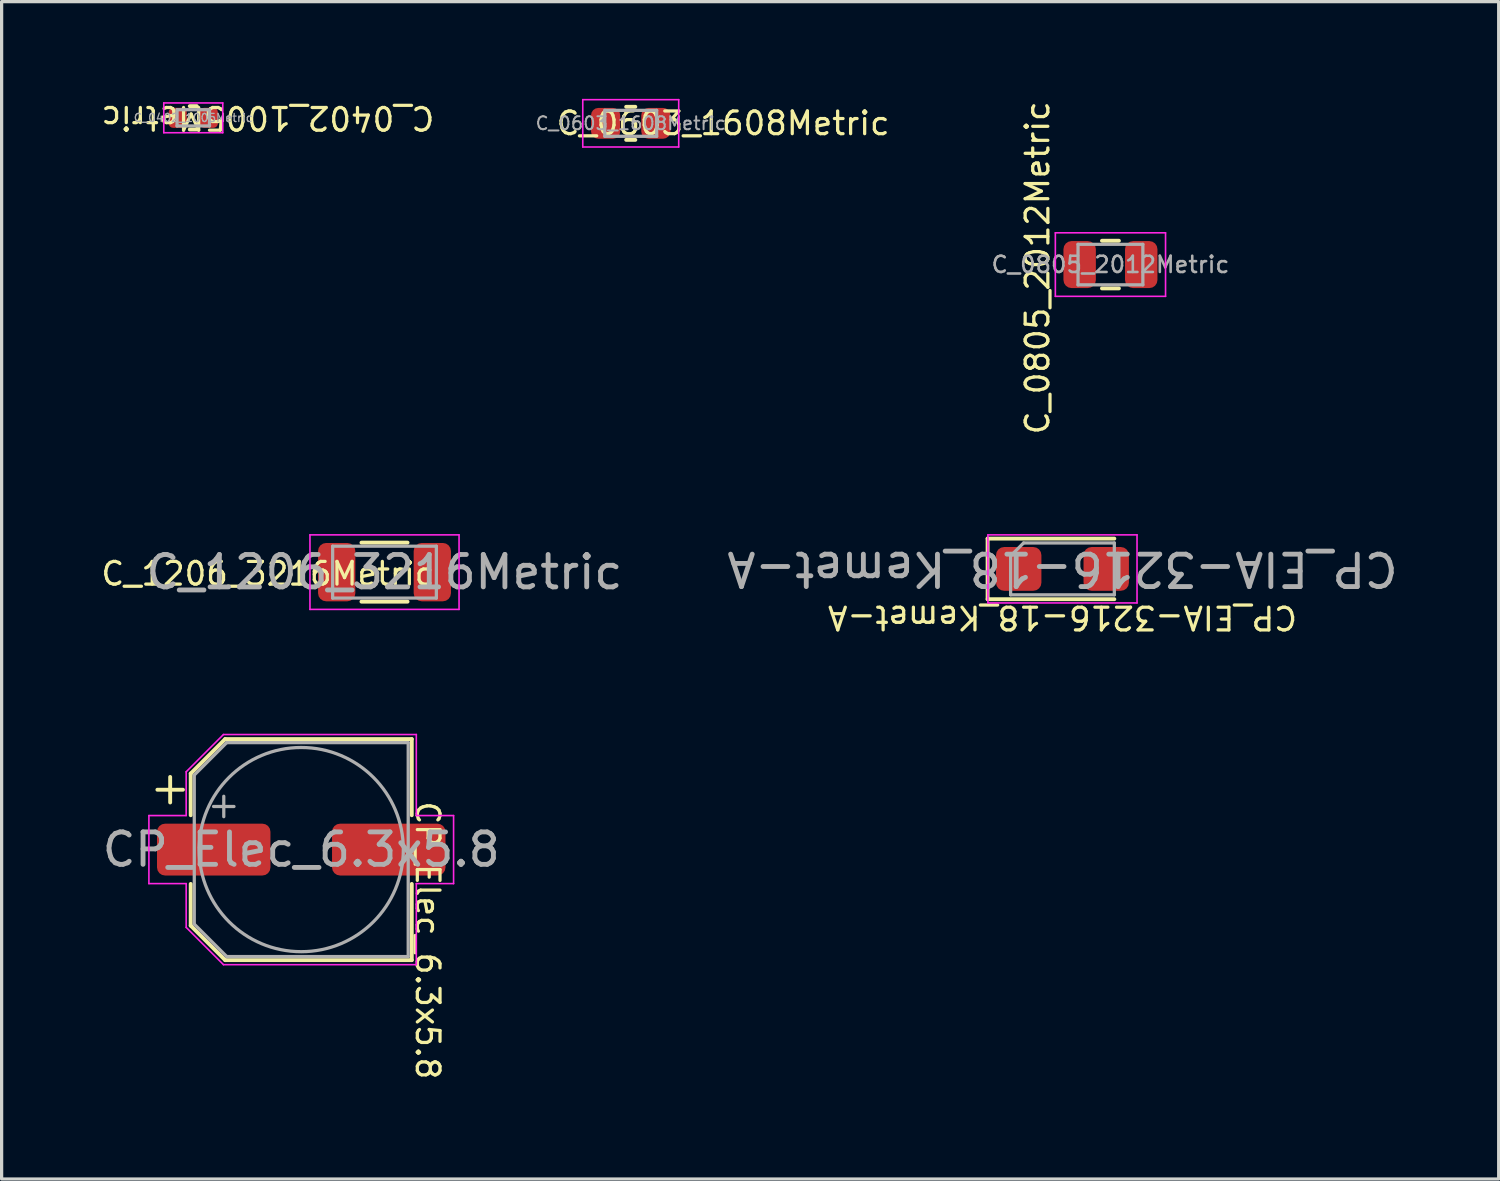
<source format=kicad_pcb>
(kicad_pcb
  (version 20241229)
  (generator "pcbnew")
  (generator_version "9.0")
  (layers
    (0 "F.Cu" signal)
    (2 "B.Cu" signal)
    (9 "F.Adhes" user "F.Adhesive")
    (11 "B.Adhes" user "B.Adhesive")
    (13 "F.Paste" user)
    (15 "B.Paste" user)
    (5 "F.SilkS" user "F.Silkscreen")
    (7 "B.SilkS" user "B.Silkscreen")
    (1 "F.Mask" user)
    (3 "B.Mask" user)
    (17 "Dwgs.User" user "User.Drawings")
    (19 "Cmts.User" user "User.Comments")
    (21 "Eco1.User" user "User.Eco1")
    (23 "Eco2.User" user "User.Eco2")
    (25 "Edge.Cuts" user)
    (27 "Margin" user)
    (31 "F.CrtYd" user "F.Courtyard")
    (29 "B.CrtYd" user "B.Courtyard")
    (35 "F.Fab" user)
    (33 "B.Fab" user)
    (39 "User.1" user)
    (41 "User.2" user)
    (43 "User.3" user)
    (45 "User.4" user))
  (footprint "C_1206_3216Metric"
    (layer "F.Cu")
    (at 8.813 14.602)
    (property "Reference" "C_1206_3216Metric" (at -3.6 0.05 0) (unlocked yes) (layer "F.SilkS") (effects (font (size 0.7 0.7) (thickness 0.1))))
    (attr smd)
    (fp_line (start -0.711 -0.91) (end 0.711 -0.91) (stroke (width 0.12) (type solid)) (layer "F.SilkS"))
    (fp_line (start -0.711 0.91) (end 0.711 0.91) (stroke (width 0.12) (type solid)) (layer "F.SilkS"))
    (fp_line (start -2.3 -1.15) (end 2.3 -1.15) (stroke (width 0.05) (type solid)) (layer "F.CrtYd"))
    (fp_line (start -2.3 1.15) (end -2.3 -1.15) (stroke (width 0.05) (type solid)) (layer "F.CrtYd"))
    (fp_line (start 2.3 -1.15) (end 2.3 1.15) (stroke (width 0.05) (type solid)) (layer "F.CrtYd"))
    (fp_line (start 2.3 1.15) (end -2.3 1.15) (stroke (width 0.05) (type solid)) (layer "F.CrtYd"))
    (fp_line (start -1.6 -0.8) (end 1.6 -0.8) (stroke (width 0.1) (type solid)) (layer "F.Fab"))
    (fp_line (start -1.6 0.8) (end -1.6 -0.8) (stroke (width 0.1) (type solid)) (layer "F.Fab"))
    (fp_line (start 1.6 -0.8) (end 1.6 0.8) (stroke (width 0.1) (type solid)) (layer "F.Fab"))
    (fp_line (start 1.6 0.8) (end -1.6 0.8) (stroke (width 0.1) (type solid)) (layer "F.Fab"))
    (fp_text user "${REFERENCE}" (at 0 0 0) (unlocked yes) (layer "F.Fab") (effects (font (size 1 1) (thickness 0.15))))
    (pad "1" smd roundrect (at -1.475 0) (size 1.15 1.8) (layers "F.Cu" "F.Mask" "F.Paste") (roundrect_rratio 0.217))
    (pad "2" smd roundrect (at 1.475 0) (size 1.15 1.8) (layers "F.Cu" "F.Mask" "F.Paste") (roundrect_rratio 0.217)))
  (footprint "C_0805_2012Metric"
    (layer "F.Cu")
    (at 31.21 5.113)
    (property "Reference" "C_0805_2012Metric" (at -2.25 0.1 90) (unlocked yes) (layer "F.SilkS") (effects (font (size 0.7 0.7) (thickness 0.1))))
    (attr smd)
    (fp_line (start -0.261 -0.735) (end 0.261 -0.735) (stroke (width 0.12) (type solid)) (layer "F.SilkS"))
    (fp_line (start -0.261 0.735) (end 0.261 0.735) (stroke (width 0.12) (type solid)) (layer "F.SilkS"))
    (fp_line (start -1.7 -0.98) (end 1.7 -0.98) (stroke (width 0.05) (type solid)) (layer "F.CrtYd"))
    (fp_line (start -1.7 0.98) (end -1.7 -0.98) (stroke (width 0.05) (type solid)) (layer "F.CrtYd"))
    (fp_line (start 1.7 -0.98) (end 1.7 0.98) (stroke (width 0.05) (type solid)) (layer "F.CrtYd"))
    (fp_line (start 1.7 0.98) (end -1.7 0.98) (stroke (width 0.05) (type solid)) (layer "F.CrtYd"))
    (fp_line (start -1 -0.625) (end 1 -0.625) (stroke (width 0.1) (type solid)) (layer "F.Fab"))
    (fp_line (start -1 0.625) (end -1 -0.625) (stroke (width 0.1) (type solid)) (layer "F.Fab"))
    (fp_line (start 1 -0.625) (end 1 0.625) (stroke (width 0.1) (type solid)) (layer "F.Fab"))
    (fp_line (start 1 0.625) (end -1 0.625) (stroke (width 0.1) (type solid)) (layer "F.Fab"))
    (fp_text user "${REFERENCE}" (at 0 0 0) (layer "F.Fab") (effects (font (size 0.5 0.5) (thickness 0.08))))
    (pad "1" smd roundrect (at -0.95 0) (size 1 1.45) (layers "F.Cu" "F.Mask" "F.Paste") (roundrect_rratio 0.25))
    (pad "2" smd roundrect (at 0.95 0) (size 1 1.45) (layers "F.Cu" "F.Mask" "F.Paste") (roundrect_rratio 0.25)))
  (footprint "CP_EIA-3216-18_Kemet-A"
    (layer "F.Cu")
    (at 29.73 14.502)
    (property "Reference" "CP_EIA-3216-18_Kemet-A" (at 0 1.5 180) (unlocked yes) (layer "F.SilkS") (effects (font (size 0.7 0.7) (thickness 0.1))))
    (attr smd)
    (fp_line (start -2.31 -0.935) (end -2.31 0.935) (stroke (width 0.12) (type solid)) (layer "F.SilkS"))
    (fp_line (start -2.31 0.935) (end 1.6 0.935) (stroke (width 0.12) (type solid)) (layer "F.SilkS"))
    (fp_line (start 1.6 -0.935) (end -2.31 -0.935) (stroke (width 0.12) (type solid)) (layer "F.SilkS"))
    (fp_line (start -2.3 -1.05) (end 2.3 -1.05) (stroke (width 0.05) (type solid)) (layer "F.CrtYd"))
    (fp_line (start -2.3 1.05) (end -2.3 -1.05) (stroke (width 0.05) (type solid)) (layer "F.CrtYd"))
    (fp_line (start 2.3 -1.05) (end 2.3 1.05) (stroke (width 0.05) (type solid)) (layer "F.CrtYd"))
    (fp_line (start 2.3 1.05) (end -2.3 1.05) (stroke (width 0.05) (type solid)) (layer "F.CrtYd"))
    (fp_line (start -1.6 -0.4) (end -1.6 0.8) (stroke (width 0.1) (type solid)) (layer "F.Fab"))
    (fp_line (start -1.6 0.8) (end 1.6 0.8) (stroke (width 0.1) (type solid)) (layer "F.Fab"))
    (fp_line (start -1.2 -0.8) (end -1.6 -0.4) (stroke (width 0.1) (type solid)) (layer "F.Fab"))
    (fp_line (start 1.6 -0.8) (end -1.2 -0.8) (stroke (width 0.1) (type solid)) (layer "F.Fab"))
    (fp_line (start 1.6 0.8) (end 1.6 -0.8) (stroke (width 0.1) (type solid)) (layer "F.Fab"))
    (fp_text user "${REFERENCE}" (at 0 0 180) (unlocked yes) (layer "F.Fab") (effects (font (size 1 1) (thickness 0.15))))
    (pad "1" smd roundrect (at -1.35 0) (size 1.4 1.35) (layers "F.Cu" "F.Mask" "F.Paste") (roundrect_rratio 0.185))
    (pad "2" smd roundrect (at 1.35 0) (size 1.4 1.35) (layers "F.Cu" "F.Mask" "F.Paste") (roundrect_rratio 0.185)))
  (footprint "CP_Elec_6.3x5.8"
    (layer "F.Cu")
    (at 6.244 23.162)
    (property "Reference" "CP_Elec_6.3x5.8" (at 3.9 2.8 270) (unlocked yes) (layer "F.SilkS") (effects (font (size 0.7 0.7) (thickness 0.1))))
    (attr smd)
    (fp_line (start -4.438 -1.847) (end -3.65 -1.847) (stroke (width 0.12) (type solid)) (layer "F.SilkS"))
    (fp_line (start -4.044 -2.241) (end -4.044 -1.454) (stroke (width 0.12) (type solid)) (layer "F.SilkS"))
    (fp_line (start -3.41 -2.346) (end -3.41 -1.06) (stroke (width 0.12) (type solid)) (layer "F.SilkS"))
    (fp_line (start -3.41 -2.346) (end -2.346 -3.41) (stroke (width 0.12) (type solid)) (layer "F.SilkS"))
    (fp_line (start -3.41 2.346) (end -3.41 1.06) (stroke (width 0.12) (type solid)) (layer "F.SilkS"))
    (fp_line (start -3.41 2.346) (end -2.346 3.41) (stroke (width 0.12) (type solid)) (layer "F.SilkS"))
    (fp_line (start -2.346 -3.41) (end 3.41 -3.41) (stroke (width 0.12) (type solid)) (layer "F.SilkS"))
    (fp_line (start -2.346 3.41) (end 3.41 3.41) (stroke (width 0.12) (type solid)) (layer "F.SilkS"))
    (fp_line (start 3.41 -3.41) (end 3.41 -1.06) (stroke (width 0.12) (type solid)) (layer "F.SilkS"))
    (fp_line (start 3.41 3.41) (end 3.41 1.06) (stroke (width 0.12) (type solid)) (layer "F.SilkS"))
    (fp_line (start -4.7 -1.05) (end -4.7 1.05) (stroke (width 0.05) (type solid)) (layer "F.CrtYd"))
    (fp_line (start -4.7 1.05) (end -3.55 1.05) (stroke (width 0.05) (type solid)) (layer "F.CrtYd"))
    (fp_line (start -3.55 -2.4) (end -3.55 -1.05) (stroke (width 0.05) (type solid)) (layer "F.CrtYd"))
    (fp_line (start -3.55 -2.4) (end -2.4 -3.55) (stroke (width 0.05) (type solid)) (layer "F.CrtYd"))
    (fp_line (start -3.55 -1.05) (end -4.7 -1.05) (stroke (width 0.05) (type solid)) (layer "F.CrtYd"))
    (fp_line (start -3.55 1.05) (end -3.55 2.4) (stroke (width 0.05) (type solid)) (layer "F.CrtYd"))
    (fp_line (start -3.55 2.4) (end -2.4 3.55) (stroke (width 0.05) (type solid)) (layer "F.CrtYd"))
    (fp_line (start -2.4 -3.55) (end 3.55 -3.55) (stroke (width 0.05) (type solid)) (layer "F.CrtYd"))
    (fp_line (start -2.4 3.55) (end 3.55 3.55) (stroke (width 0.05) (type solid)) (layer "F.CrtYd"))
    (fp_line (start 3.55 -3.55) (end 3.55 -1.05) (stroke (width 0.05) (type solid)) (layer "F.CrtYd"))
    (fp_line (start 3.55 -1.05) (end 4.7 -1.05) (stroke (width 0.05) (type solid)) (layer "F.CrtYd"))
    (fp_line (start 3.55 1.05) (end 3.55 3.55) (stroke (width 0.05) (type solid)) (layer "F.CrtYd"))
    (fp_line (start 4.7 -1.05) (end 4.7 1.05) (stroke (width 0.05) (type solid)) (layer "F.CrtYd"))
    (fp_line (start 4.7 1.05) (end 3.55 1.05) (stroke (width 0.05) (type solid)) (layer "F.CrtYd"))
    (fp_line (start -3.3 -2.3) (end -3.3 2.3) (stroke (width 0.1) (type solid)) (layer "F.Fab"))
    (fp_line (start -3.3 -2.3) (end -2.3 -3.3) (stroke (width 0.1) (type solid)) (layer "F.Fab"))
    (fp_line (start -3.3 2.3) (end -2.3 3.3) (stroke (width 0.1) (type solid)) (layer "F.Fab"))
    (fp_line (start -2.705 -1.33) (end -2.075 -1.33) (stroke (width 0.1) (type solid)) (layer "F.Fab"))
    (fp_line (start -2.39 -1.645) (end -2.39 -1.015) (stroke (width 0.1) (type solid)) (layer "F.Fab"))
    (fp_line (start -2.3 -3.3) (end 3.3 -3.3) (stroke (width 0.1) (type solid)) (layer "F.Fab"))
    (fp_line (start -2.3 3.3) (end 3.3 3.3) (stroke (width 0.1) (type solid)) (layer "F.Fab"))
    (fp_line (start 3.3 -3.3) (end 3.3 3.3) (stroke (width 0.1) (type solid)) (layer "F.Fab"))
    (fp_circle (center 0 0) (end 3.15 0) (stroke (width 0.1) (type solid)) (fill no) (layer "F.Fab"))
    (fp_text user "${REFERENCE}" (at 0 0 0) (unlocked yes) (layer "F.Fab") (effects (font (size 1 1) (thickness 0.15))))
    (pad "1" smd roundrect (at -2.7 0) (size 3.5 1.6) (layers "F.Cu" "F.Mask" "F.Paste") (roundrect_rratio 0.156))
    (pad "2" smd roundrect (at 2.7 0) (size 3.5 1.6) (layers "F.Cu" "F.Mask" "F.Paste") (roundrect_rratio 0.156)))
  (footprint "C_0402_1005Metric"
    (layer "F.Cu")
    (at 2.913 0.585)
    (property "Reference" "C_0402_1005Metric" (at 2.3 0 180) (unlocked yes) (layer "F.SilkS") (effects (font (size 0.7 0.7) (thickness 0.1))))
    (attr smd)
    (fp_line (start -0.108 -0.36) (end 0.108 -0.36) (stroke (width 0.12) (type solid)) (layer "F.SilkS"))
    (fp_line (start -0.108 0.36) (end 0.108 0.36) (stroke (width 0.12) (type solid)) (layer "F.SilkS"))
    (fp_line (start -0.91 -0.46) (end 0.91 -0.46) (stroke (width 0.05) (type solid)) (layer "F.CrtYd"))
    (fp_line (start -0.91 0.46) (end -0.91 -0.46) (stroke (width 0.05) (type solid)) (layer "F.CrtYd"))
    (fp_line (start 0.91 -0.46) (end 0.91 0.46) (stroke (width 0.05) (type solid)) (layer "F.CrtYd"))
    (fp_line (start 0.91 0.46) (end -0.91 0.46) (stroke (width 0.05) (type solid)) (layer "F.CrtYd"))
    (fp_line (start -0.5 -0.25) (end 0.5 -0.25) (stroke (width 0.1) (type solid)) (layer "F.Fab"))
    (fp_line (start -0.5 0.25) (end -0.5 -0.25) (stroke (width 0.1) (type solid)) (layer "F.Fab"))
    (fp_line (start 0.5 -0.25) (end 0.5 0.25) (stroke (width 0.1) (type solid)) (layer "F.Fab"))
    (fp_line (start 0.5 0.25) (end -0.5 0.25) (stroke (width 0.1) (type solid)) (layer "F.Fab"))
    (fp_text user "${REFERENCE}" (at 0 0 180) (layer "F.Fab") (effects (font (size 0.25 0.25) (thickness 0.04))))
    (pad "1" smd roundrect (at -0.48 0) (size 0.56 0.62) (layers "F.Cu" "F.Mask" "F.Paste") (roundrect_rratio 0.25))
    (pad "2" smd roundrect (at 0.48 0) (size 0.56 0.62) (layers "F.Cu" "F.Mask" "F.Paste") (roundrect_rratio 0.25)))
  (footprint "C_0603_1608Metric"
    (layer "F.Cu")
    (at 16.41 0.755)
    (property "Reference" "C_0603_1608Metric" (at 2.85 0 0) (unlocked yes) (layer "F.SilkS") (effects (font (size 0.7 0.7) (thickness 0.1))))
    (attr smd)
    (fp_line (start -0.141 -0.51) (end 0.141 -0.51) (stroke (width 0.12) (type solid)) (layer "F.SilkS"))
    (fp_line (start -0.141 0.51) (end 0.141 0.51) (stroke (width 0.12) (type solid)) (layer "F.SilkS"))
    (fp_line (start -1.48 -0.73) (end 1.48 -0.73) (stroke (width 0.05) (type solid)) (layer "F.CrtYd"))
    (fp_line (start -1.48 0.73) (end -1.48 -0.73) (stroke (width 0.05) (type solid)) (layer "F.CrtYd"))
    (fp_line (start 1.48 -0.73) (end 1.48 0.73) (stroke (width 0.05) (type solid)) (layer "F.CrtYd"))
    (fp_line (start 1.48 0.73) (end -1.48 0.73) (stroke (width 0.05) (type solid)) (layer "F.CrtYd"))
    (fp_line (start -0.8 -0.4) (end 0.8 -0.4) (stroke (width 0.1) (type solid)) (layer "F.Fab"))
    (fp_line (start -0.8 0.4) (end -0.8 -0.4) (stroke (width 0.1) (type solid)) (layer "F.Fab"))
    (fp_line (start 0.8 -0.4) (end 0.8 0.4) (stroke (width 0.1) (type solid)) (layer "F.Fab"))
    (fp_line (start 0.8 0.4) (end -0.8 0.4) (stroke (width 0.1) (type solid)) (layer "F.Fab"))
    (fp_text user "${REFERENCE}" (at 0 0 0) (layer "F.Fab") (effects (font (size 0.4 0.4) (thickness 0.06))))
    (pad "1" smd roundrect (at -0.775 0) (size 0.9 0.95) (layers "F.Cu" "F.Mask" "F.Paste") (roundrect_rratio 0.25))
    (pad "2" smd roundrect (at 0.775 0) (size 0.9 0.95) (layers "F.Cu" "F.Mask" "F.Paste") (roundrect_rratio 0.25)))
  (gr_rect
    (start -3 -3)
    (end 43.188 33.325)
    (stroke (width 0.1) (type default))
    (fill no)
    (layer "Edge.Cuts")))
</source>
